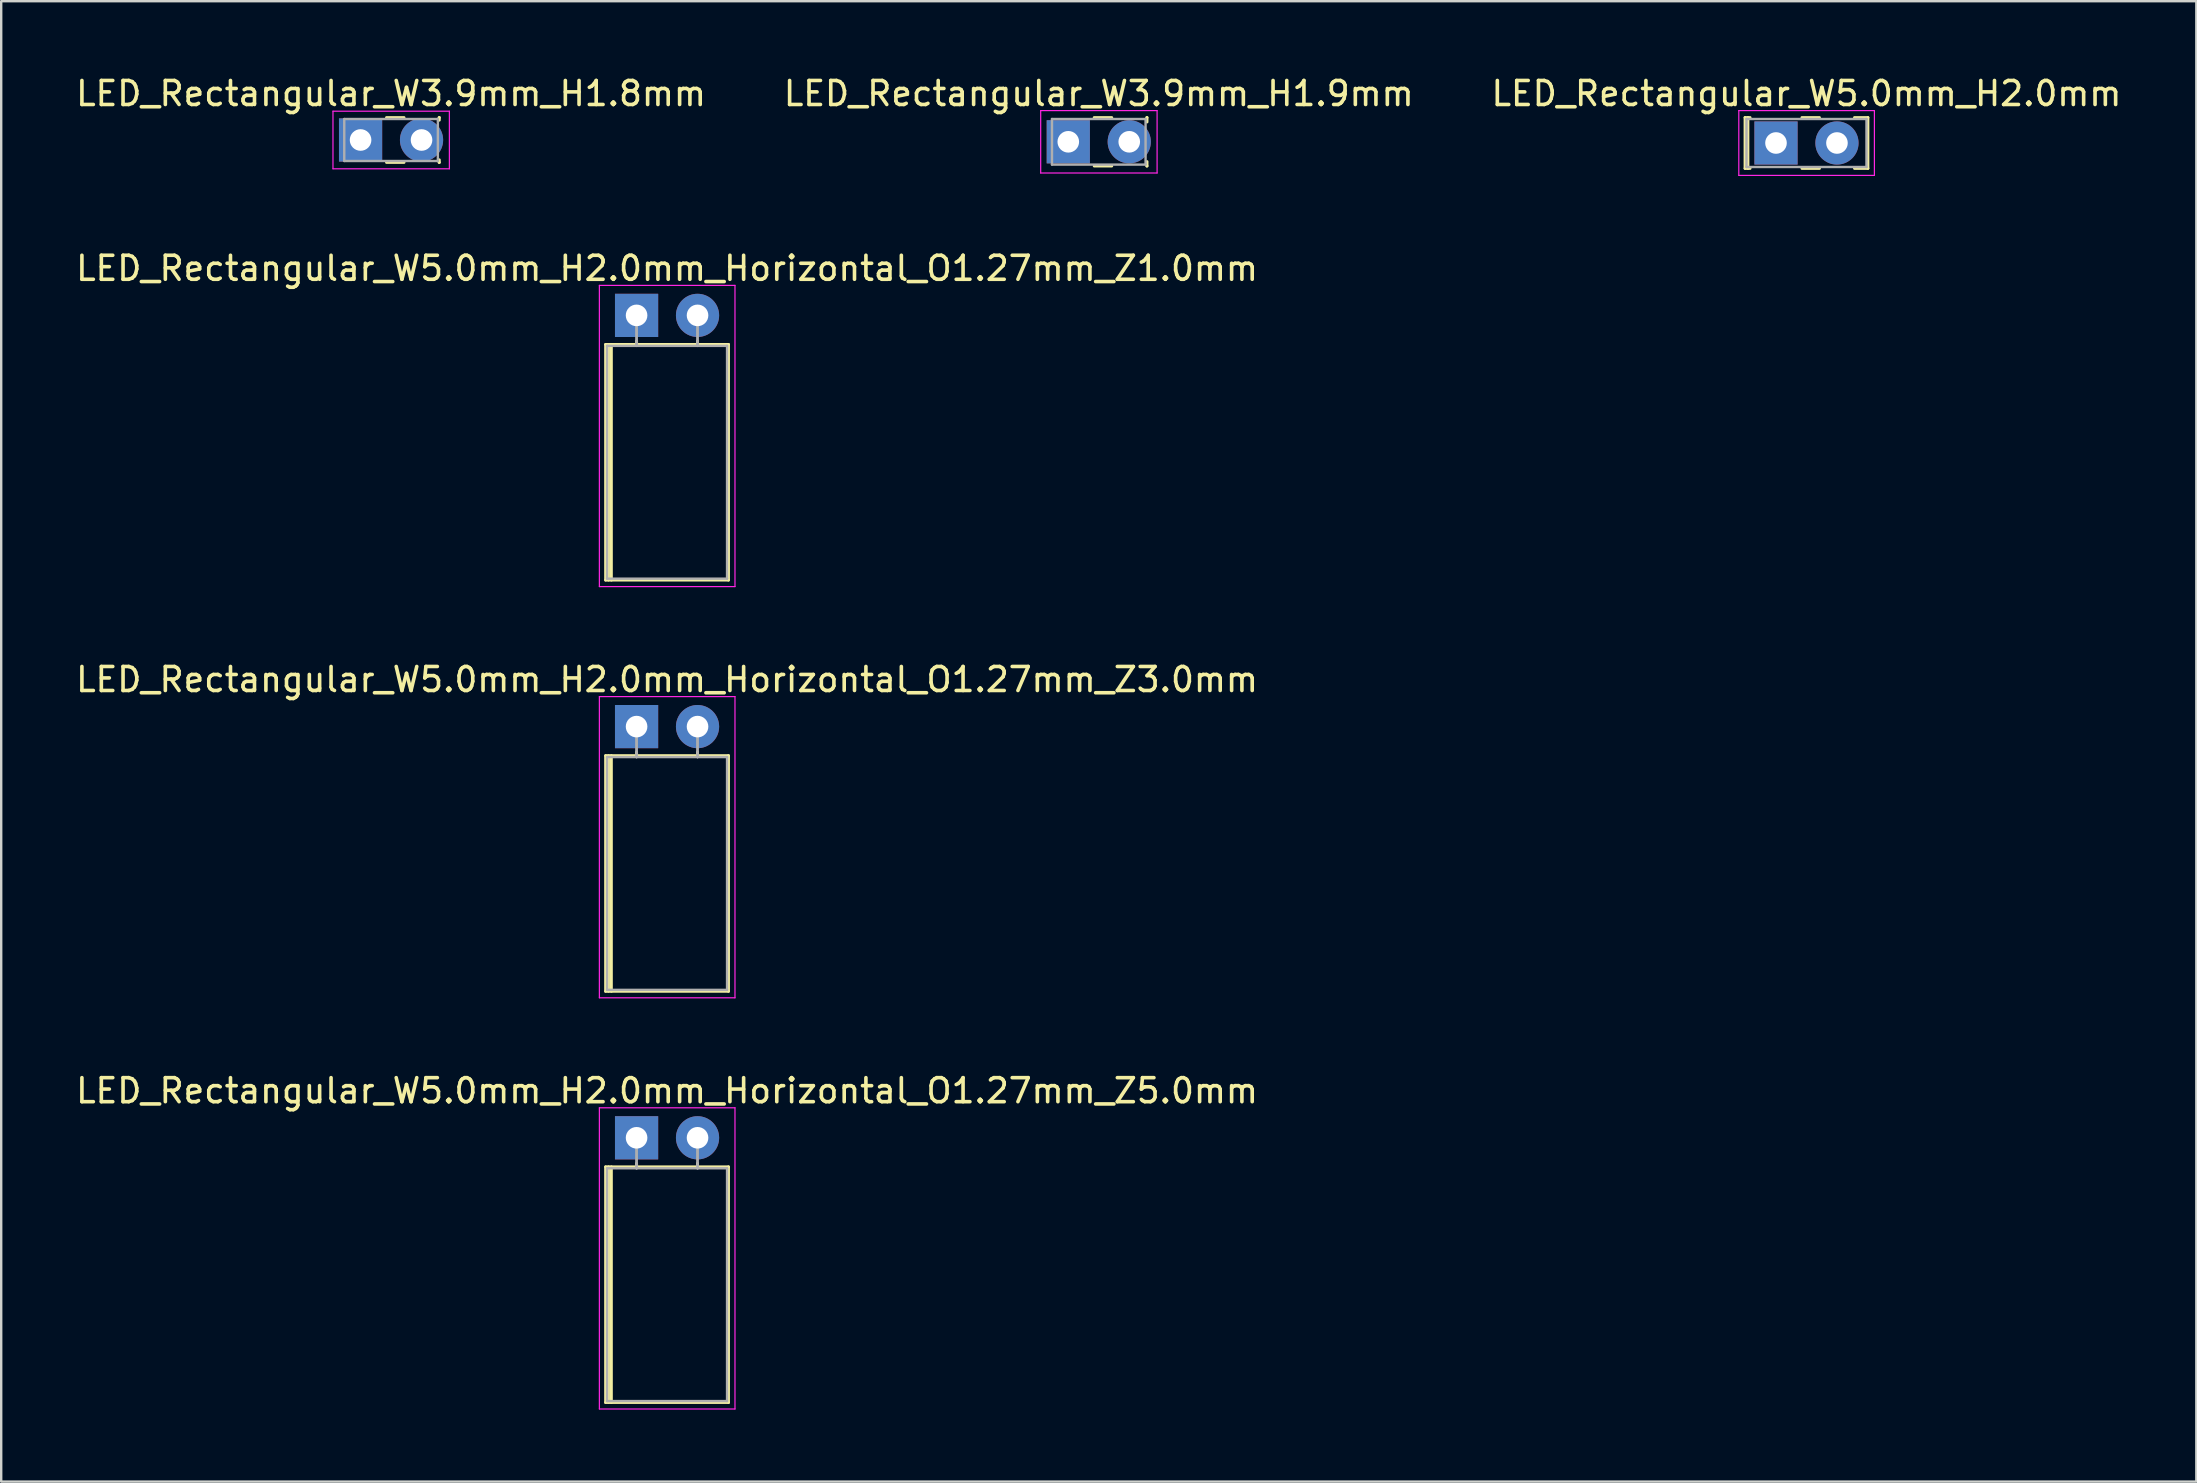
<source format=kicad_pcb>
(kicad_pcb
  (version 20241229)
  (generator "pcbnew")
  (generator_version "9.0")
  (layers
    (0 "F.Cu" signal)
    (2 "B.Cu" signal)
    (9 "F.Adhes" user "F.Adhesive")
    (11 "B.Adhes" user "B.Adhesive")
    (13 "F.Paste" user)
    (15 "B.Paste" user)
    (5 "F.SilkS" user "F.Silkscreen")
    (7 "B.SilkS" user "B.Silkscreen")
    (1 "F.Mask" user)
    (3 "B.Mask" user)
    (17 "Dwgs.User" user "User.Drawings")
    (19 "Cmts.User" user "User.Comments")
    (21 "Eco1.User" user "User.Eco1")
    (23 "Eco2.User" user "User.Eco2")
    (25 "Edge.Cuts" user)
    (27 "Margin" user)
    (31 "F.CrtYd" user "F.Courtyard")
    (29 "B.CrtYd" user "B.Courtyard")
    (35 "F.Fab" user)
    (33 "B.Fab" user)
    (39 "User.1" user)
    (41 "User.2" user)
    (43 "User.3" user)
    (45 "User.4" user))
  (footprint "LED_Rectangular_W5.0mm_H2.0mm_Horizontal_O1.27mm_Z5.0mm"
    (layer "F.Cu")
    (at 23.474 44.358)
    (property "Reference" "LED_Rectangular_W5.0mm_H2.0mm_Horizontal_O1.27mm_Z5.0mm" (at 1.27 -1.96 0) (layer "F.SilkS") (effects (font (size 1 1) (thickness 0.15))))
    (attr through_hole)
    (fp_line (start -1.29 1.21) (end -1.29 11.03) (stroke (width 0.12) (type solid)) (layer "F.SilkS"))
    (fp_line (start -1.29 11.03) (end 3.83 11.03) (stroke (width 0.12) (type solid)) (layer "F.SilkS"))
    (fp_line (start -1.17 1.21) (end -1.17 11.03) (stroke (width 0.12) (type solid)) (layer "F.SilkS"))
    (fp_line (start -1.05 1.21) (end -1.05 11.03) (stroke (width 0.12) (type solid)) (layer "F.SilkS"))
    (fp_line (start 0 1.08) (end 0 1.08) (stroke (width 0.12) (type solid)) (layer "F.SilkS"))
    (fp_line (start 0 1.08) (end 0 1.21) (stroke (width 0.12) (type solid)) (layer "F.SilkS"))
    (fp_line (start 0 1.21) (end 0 1.08) (stroke (width 0.12) (type solid)) (layer "F.SilkS"))
    (fp_line (start 0 1.21) (end 0 1.21) (stroke (width 0.12) (type solid)) (layer "F.SilkS"))
    (fp_line (start 2.54 1.08) (end 2.54 1.08) (stroke (width 0.12) (type solid)) (layer "F.SilkS"))
    (fp_line (start 2.54 1.08) (end 2.54 1.21) (stroke (width 0.12) (type solid)) (layer "F.SilkS"))
    (fp_line (start 2.54 1.21) (end 2.54 1.08) (stroke (width 0.12) (type solid)) (layer "F.SilkS"))
    (fp_line (start 2.54 1.21) (end 2.54 1.21) (stroke (width 0.12) (type solid)) (layer "F.SilkS"))
    (fp_line (start 3.83 1.21) (end -1.29 1.21) (stroke (width 0.12) (type solid)) (layer "F.SilkS"))
    (fp_line (start 3.83 11.03) (end 3.83 1.21) (stroke (width 0.12) (type solid)) (layer "F.SilkS"))
    (fp_line (start -1.55 -1.25) (end -1.55 11.3) (stroke (width 0.05) (type solid)) (layer "F.CrtYd"))
    (fp_line (start -1.55 11.3) (end 4.1 11.3) (stroke (width 0.05) (type solid)) (layer "F.CrtYd"))
    (fp_line (start 4.1 -1.25) (end -1.55 -1.25) (stroke (width 0.05) (type solid)) (layer "F.CrtYd"))
    (fp_line (start 4.1 11.3) (end 4.1 -1.25) (stroke (width 0.05) (type solid)) (layer "F.CrtYd"))
    (fp_line (start -1.23 1.27) (end -1.23 10.97) (stroke (width 0.1) (type solid)) (layer "F.Fab"))
    (fp_line (start -1.23 10.97) (end 3.77 10.97) (stroke (width 0.1) (type solid)) (layer "F.Fab"))
    (fp_line (start 0 0) (end 0 0) (stroke (width 0.1) (type solid)) (layer "F.Fab"))
    (fp_line (start 0 0) (end 0 1.27) (stroke (width 0.1) (type solid)) (layer "F.Fab"))
    (fp_line (start 0 1.27) (end 0 0) (stroke (width 0.1) (type solid)) (layer "F.Fab"))
    (fp_line (start 0 1.27) (end 0 1.27) (stroke (width 0.1) (type solid)) (layer "F.Fab"))
    (fp_line (start 2.54 0) (end 2.54 0) (stroke (width 0.1) (type solid)) (layer "F.Fab"))
    (fp_line (start 2.54 0) (end 2.54 1.27) (stroke (width 0.1) (type solid)) (layer "F.Fab"))
    (fp_line (start 2.54 1.27) (end 2.54 0) (stroke (width 0.1) (type solid)) (layer "F.Fab"))
    (fp_line (start 2.54 1.27) (end 2.54 1.27) (stroke (width 0.1) (type solid)) (layer "F.Fab"))
    (fp_line (start 3.77 1.27) (end -1.23 1.27) (stroke (width 0.1) (type solid)) (layer "F.Fab"))
    (fp_line (start 3.77 10.97) (end 3.77 1.27) (stroke (width 0.1) (type solid)) (layer "F.Fab"))
    (pad "1" thru_hole rect (at 0 0) (size 1.8 1.8) (drill 0.9) (layers "*.Cu" "*.Mask"))
    (pad "2" thru_hole circle (at 2.54 0) (size 1.8 1.8) (drill 0.9) (layers "*.Cu" "*.Mask")))
  (footprint "LED_Rectangular_W5.0mm_H2.0mm_Horizontal_O1.27mm_Z3.0mm"
    (layer "F.Cu")
    (at 23.474 27.225)
    (property "Reference" "LED_Rectangular_W5.0mm_H2.0mm_Horizontal_O1.27mm_Z3.0mm" (at 1.27 -1.96 0) (layer "F.SilkS") (effects (font (size 1 1) (thickness 0.15))))
    (attr through_hole)
    (fp_line (start -1.29 1.21) (end -1.29 11.03) (stroke (width 0.12) (type solid)) (layer "F.SilkS"))
    (fp_line (start -1.29 11.03) (end 3.83 11.03) (stroke (width 0.12) (type solid)) (layer "F.SilkS"))
    (fp_line (start -1.17 1.21) (end -1.17 11.03) (stroke (width 0.12) (type solid)) (layer "F.SilkS"))
    (fp_line (start -1.05 1.21) (end -1.05 11.03) (stroke (width 0.12) (type solid)) (layer "F.SilkS"))
    (fp_line (start 0 1.08) (end 0 1.08) (stroke (width 0.12) (type solid)) (layer "F.SilkS"))
    (fp_line (start 0 1.08) (end 0 1.21) (stroke (width 0.12) (type solid)) (layer "F.SilkS"))
    (fp_line (start 0 1.21) (end 0 1.08) (stroke (width 0.12) (type solid)) (layer "F.SilkS"))
    (fp_line (start 0 1.21) (end 0 1.21) (stroke (width 0.12) (type solid)) (layer "F.SilkS"))
    (fp_line (start 2.54 1.08) (end 2.54 1.08) (stroke (width 0.12) (type solid)) (layer "F.SilkS"))
    (fp_line (start 2.54 1.08) (end 2.54 1.21) (stroke (width 0.12) (type solid)) (layer "F.SilkS"))
    (fp_line (start 2.54 1.21) (end 2.54 1.08) (stroke (width 0.12) (type solid)) (layer "F.SilkS"))
    (fp_line (start 2.54 1.21) (end 2.54 1.21) (stroke (width 0.12) (type solid)) (layer "F.SilkS"))
    (fp_line (start 3.83 1.21) (end -1.29 1.21) (stroke (width 0.12) (type solid)) (layer "F.SilkS"))
    (fp_line (start 3.83 11.03) (end 3.83 1.21) (stroke (width 0.12) (type solid)) (layer "F.SilkS"))
    (fp_line (start -1.55 -1.25) (end -1.55 11.3) (stroke (width 0.05) (type solid)) (layer "F.CrtYd"))
    (fp_line (start -1.55 11.3) (end 4.1 11.3) (stroke (width 0.05) (type solid)) (layer "F.CrtYd"))
    (fp_line (start 4.1 -1.25) (end -1.55 -1.25) (stroke (width 0.05) (type solid)) (layer "F.CrtYd"))
    (fp_line (start 4.1 11.3) (end 4.1 -1.25) (stroke (width 0.05) (type solid)) (layer "F.CrtYd"))
    (fp_line (start -1.23 1.27) (end -1.23 10.97) (stroke (width 0.1) (type solid)) (layer "F.Fab"))
    (fp_line (start -1.23 10.97) (end 3.77 10.97) (stroke (width 0.1) (type solid)) (layer "F.Fab"))
    (fp_line (start 0 0) (end 0 0) (stroke (width 0.1) (type solid)) (layer "F.Fab"))
    (fp_line (start 0 0) (end 0 1.27) (stroke (width 0.1) (type solid)) (layer "F.Fab"))
    (fp_line (start 0 1.27) (end 0 0) (stroke (width 0.1) (type solid)) (layer "F.Fab"))
    (fp_line (start 0 1.27) (end 0 1.27) (stroke (width 0.1) (type solid)) (layer "F.Fab"))
    (fp_line (start 2.54 0) (end 2.54 0) (stroke (width 0.1) (type solid)) (layer "F.Fab"))
    (fp_line (start 2.54 0) (end 2.54 1.27) (stroke (width 0.1) (type solid)) (layer "F.Fab"))
    (fp_line (start 2.54 1.27) (end 2.54 0) (stroke (width 0.1) (type solid)) (layer "F.Fab"))
    (fp_line (start 2.54 1.27) (end 2.54 1.27) (stroke (width 0.1) (type solid)) (layer "F.Fab"))
    (fp_line (start 3.77 1.27) (end -1.23 1.27) (stroke (width 0.1) (type solid)) (layer "F.Fab"))
    (fp_line (start 3.77 10.97) (end 3.77 1.27) (stroke (width 0.1) (type solid)) (layer "F.Fab"))
    (pad "1" thru_hole rect (at 0 0) (size 1.8 1.8) (drill 0.9) (layers "*.Cu" "*.Mask"))
    (pad "2" thru_hole circle (at 2.54 0) (size 1.8 1.8) (drill 0.9) (layers "*.Cu" "*.Mask")))
  (footprint "LED_Rectangular_W5.0mm_H2.0mm_Horizontal_O1.27mm_Z1.0mm"
    (layer "F.Cu")
    (at 23.474 10.091)
    (property "Reference" "LED_Rectangular_W5.0mm_H2.0mm_Horizontal_O1.27mm_Z1.0mm" (at 1.27 -1.96 0) (layer "F.SilkS") (effects (font (size 1 1) (thickness 0.15))))
    (attr through_hole)
    (fp_line (start -1.29 1.21) (end -1.29 11.03) (stroke (width 0.12) (type solid)) (layer "F.SilkS"))
    (fp_line (start -1.29 11.03) (end 3.83 11.03) (stroke (width 0.12) (type solid)) (layer "F.SilkS"))
    (fp_line (start -1.17 1.21) (end -1.17 11.03) (stroke (width 0.12) (type solid)) (layer "F.SilkS"))
    (fp_line (start -1.05 1.21) (end -1.05 11.03) (stroke (width 0.12) (type solid)) (layer "F.SilkS"))
    (fp_line (start 0 1.08) (end 0 1.08) (stroke (width 0.12) (type solid)) (layer "F.SilkS"))
    (fp_line (start 0 1.08) (end 0 1.21) (stroke (width 0.12) (type solid)) (layer "F.SilkS"))
    (fp_line (start 0 1.21) (end 0 1.08) (stroke (width 0.12) (type solid)) (layer "F.SilkS"))
    (fp_line (start 0 1.21) (end 0 1.21) (stroke (width 0.12) (type solid)) (layer "F.SilkS"))
    (fp_line (start 2.54 1.08) (end 2.54 1.08) (stroke (width 0.12) (type solid)) (layer "F.SilkS"))
    (fp_line (start 2.54 1.08) (end 2.54 1.21) (stroke (width 0.12) (type solid)) (layer "F.SilkS"))
    (fp_line (start 2.54 1.21) (end 2.54 1.08) (stroke (width 0.12) (type solid)) (layer "F.SilkS"))
    (fp_line (start 2.54 1.21) (end 2.54 1.21) (stroke (width 0.12) (type solid)) (layer "F.SilkS"))
    (fp_line (start 3.83 1.21) (end -1.29 1.21) (stroke (width 0.12) (type solid)) (layer "F.SilkS"))
    (fp_line (start 3.83 11.03) (end 3.83 1.21) (stroke (width 0.12) (type solid)) (layer "F.SilkS"))
    (fp_line (start -1.55 -1.25) (end -1.55 11.3) (stroke (width 0.05) (type solid)) (layer "F.CrtYd"))
    (fp_line (start -1.55 11.3) (end 4.1 11.3) (stroke (width 0.05) (type solid)) (layer "F.CrtYd"))
    (fp_line (start 4.1 -1.25) (end -1.55 -1.25) (stroke (width 0.05) (type solid)) (layer "F.CrtYd"))
    (fp_line (start 4.1 11.3) (end 4.1 -1.25) (stroke (width 0.05) (type solid)) (layer "F.CrtYd"))
    (fp_line (start -1.23 1.27) (end -1.23 10.97) (stroke (width 0.1) (type solid)) (layer "F.Fab"))
    (fp_line (start -1.23 10.97) (end 3.77 10.97) (stroke (width 0.1) (type solid)) (layer "F.Fab"))
    (fp_line (start 0 0) (end 0 0) (stroke (width 0.1) (type solid)) (layer "F.Fab"))
    (fp_line (start 0 0) (end 0 1.27) (stroke (width 0.1) (type solid)) (layer "F.Fab"))
    (fp_line (start 0 1.27) (end 0 0) (stroke (width 0.1) (type solid)) (layer "F.Fab"))
    (fp_line (start 0 1.27) (end 0 1.27) (stroke (width 0.1) (type solid)) (layer "F.Fab"))
    (fp_line (start 2.54 0) (end 2.54 0) (stroke (width 0.1) (type solid)) (layer "F.Fab"))
    (fp_line (start 2.54 0) (end 2.54 1.27) (stroke (width 0.1) (type solid)) (layer "F.Fab"))
    (fp_line (start 2.54 1.27) (end 2.54 0) (stroke (width 0.1) (type solid)) (layer "F.Fab"))
    (fp_line (start 2.54 1.27) (end 2.54 1.27) (stroke (width 0.1) (type solid)) (layer "F.Fab"))
    (fp_line (start 3.77 1.27) (end -1.23 1.27) (stroke (width 0.1) (type solid)) (layer "F.Fab"))
    (fp_line (start 3.77 10.97) (end 3.77 1.27) (stroke (width 0.1) (type solid)) (layer "F.Fab"))
    (pad "1" thru_hole rect (at 0 0) (size 1.8 1.8) (drill 0.9) (layers "*.Cu" "*.Mask"))
    (pad "2" thru_hole circle (at 2.54 0) (size 1.8 1.8) (drill 0.9) (layers "*.Cu" "*.Mask")))
  (footprint "LED_Rectangular_W3.9mm_H1.9mm"
    (layer "F.Cu")
    (at 41.462 2.858)
    (property "Reference" "LED_Rectangular_W3.9mm_H1.9mm" (at 1.27 -2.01 0) (layer "F.SilkS") (effects (font (size 1 1) (thickness 0.15))))
    (attr through_hole)
    (fp_line (start 1.08 -1.01) (end 1.811 -1.01) (stroke (width 0.12) (type solid)) (layer "F.SilkS"))
    (fp_line (start 1.08 1.01) (end 1.811 1.01) (stroke (width 0.12) (type solid)) (layer "F.SilkS"))
    (fp_line (start 3.27 -1.01) (end 3.28 -1.01) (stroke (width 0.12) (type solid)) (layer "F.SilkS"))
    (fp_line (start 3.27 1.01) (end 3.28 1.01) (stroke (width 0.12) (type solid)) (layer "F.SilkS"))
    (fp_line (start 3.28 -1.01) (end 3.28 -0.825) (stroke (width 0.12) (type solid)) (layer "F.SilkS"))
    (fp_line (start 3.28 0.825) (end 3.28 1.01) (stroke (width 0.12) (type solid)) (layer "F.SilkS"))
    (fp_line (start -1.15 -1.3) (end -1.15 1.3) (stroke (width 0.05) (type solid)) (layer "F.CrtYd"))
    (fp_line (start -1.15 1.3) (end 3.7 1.3) (stroke (width 0.05) (type solid)) (layer "F.CrtYd"))
    (fp_line (start 3.7 -1.3) (end -1.15 -1.3) (stroke (width 0.05) (type solid)) (layer "F.CrtYd"))
    (fp_line (start 3.7 1.3) (end 3.7 -1.3) (stroke (width 0.05) (type solid)) (layer "F.CrtYd"))
    (fp_line (start -0.68 -0.95) (end -0.68 0.95) (stroke (width 0.1) (type solid)) (layer "F.Fab"))
    (fp_line (start -0.68 0.95) (end 3.22 0.95) (stroke (width 0.1) (type solid)) (layer "F.Fab"))
    (fp_line (start 3.22 -0.95) (end -0.68 -0.95) (stroke (width 0.1) (type solid)) (layer "F.Fab"))
    (fp_line (start 3.22 0.95) (end 3.22 -0.95) (stroke (width 0.1) (type solid)) (layer "F.Fab"))
    (pad "1" thru_hole rect (at 0 0) (size 1.8 1.8) (drill 0.9) (layers "*.Cu" "*.Mask"))
    (pad "2" thru_hole circle (at 2.54 0) (size 1.8 1.8) (drill 0.9) (layers "*.Cu" "*.Mask")))
  (footprint "LED_Rectangular_W5.0mm_H2.0mm"
    (layer "F.Cu")
    (at 70.95 2.908)
    (property "Reference" "LED_Rectangular_W5.0mm_H2.0mm" (at 1.27 -2.06 0) (layer "F.SilkS") (effects (font (size 1 1) (thickness 0.15))))
    (attr through_hole)
    (fp_line (start -1.29 -1.06) (end -1.29 1.06) (stroke (width 0.12) (type solid)) (layer "F.SilkS"))
    (fp_line (start -1.29 -1.06) (end -1.08 -1.06) (stroke (width 0.12) (type solid)) (layer "F.SilkS"))
    (fp_line (start -1.29 1.06) (end -1.08 1.06) (stroke (width 0.12) (type solid)) (layer "F.SilkS"))
    (fp_line (start -1.17 -1.06) (end -1.17 1.06) (stroke (width 0.12) (type solid)) (layer "F.SilkS"))
    (fp_line (start 1.08 -1.06) (end 1.811 -1.06) (stroke (width 0.12) (type solid)) (layer "F.SilkS"))
    (fp_line (start 1.08 1.06) (end 1.811 1.06) (stroke (width 0.12) (type solid)) (layer "F.SilkS"))
    (fp_line (start 3.27 -1.06) (end 3.83 -1.06) (stroke (width 0.12) (type solid)) (layer "F.SilkS"))
    (fp_line (start 3.27 1.06) (end 3.83 1.06) (stroke (width 0.12) (type solid)) (layer "F.SilkS"))
    (fp_line (start 3.83 -1.06) (end 3.83 1.06) (stroke (width 0.12) (type solid)) (layer "F.SilkS"))
    (fp_line (start -1.55 -1.35) (end -1.55 1.35) (stroke (width 0.05) (type solid)) (layer "F.CrtYd"))
    (fp_line (start -1.55 1.35) (end 4.1 1.35) (stroke (width 0.05) (type solid)) (layer "F.CrtYd"))
    (fp_line (start 4.1 -1.35) (end -1.55 -1.35) (stroke (width 0.05) (type solid)) (layer "F.CrtYd"))
    (fp_line (start 4.1 1.35) (end 4.1 -1.35) (stroke (width 0.05) (type solid)) (layer "F.CrtYd"))
    (fp_line (start -1.23 -1) (end -1.23 1) (stroke (width 0.1) (type solid)) (layer "F.Fab"))
    (fp_line (start -1.23 1) (end 3.77 1) (stroke (width 0.1) (type solid)) (layer "F.Fab"))
    (fp_line (start 3.77 -1) (end -1.23 -1) (stroke (width 0.1) (type solid)) (layer "F.Fab"))
    (fp_line (start 3.77 1) (end 3.77 -1) (stroke (width 0.1) (type solid)) (layer "F.Fab"))
    (pad "1" thru_hole rect (at 0 0) (size 1.8 1.8) (drill 0.9) (layers "*.Cu" "*.Mask"))
    (pad "2" thru_hole circle (at 2.54 0) (size 1.8 1.8) (drill 0.9) (layers "*.Cu" "*.Mask")))
  (footprint "LED_Rectangular_W3.9mm_H1.8mm"
    (layer "F.Cu")
    (at 11.974 2.783)
    (property "Reference" "LED_Rectangular_W3.9mm_H1.8mm" (at 1.27 -1.935 0) (layer "F.SilkS") (effects (font (size 1 1) (thickness 0.15))))
    (attr through_hole)
    (fp_line (start 1.08 -0.935) (end 1.811 -0.935) (stroke (width 0.12) (type solid)) (layer "F.SilkS"))
    (fp_line (start 1.08 0.935) (end 1.811 0.935) (stroke (width 0.12) (type solid)) (layer "F.SilkS"))
    (fp_line (start 3.27 -0.935) (end 3.28 -0.935) (stroke (width 0.12) (type solid)) (layer "F.SilkS"))
    (fp_line (start 3.27 0.935) (end 3.28 0.935) (stroke (width 0.12) (type solid)) (layer "F.SilkS"))
    (fp_line (start 3.28 -0.935) (end 3.28 -0.825) (stroke (width 0.12) (type solid)) (layer "F.SilkS"))
    (fp_line (start 3.28 0.825) (end 3.28 0.935) (stroke (width 0.12) (type solid)) (layer "F.SilkS"))
    (fp_line (start -1.15 -1.2) (end -1.15 1.2) (stroke (width 0.05) (type solid)) (layer "F.CrtYd"))
    (fp_line (start -1.15 1.2) (end 3.7 1.2) (stroke (width 0.05) (type solid)) (layer "F.CrtYd"))
    (fp_line (start 3.7 -1.2) (end -1.15 -1.2) (stroke (width 0.05) (type solid)) (layer "F.CrtYd"))
    (fp_line (start 3.7 1.2) (end 3.7 -1.2) (stroke (width 0.05) (type solid)) (layer "F.CrtYd"))
    (fp_line (start -0.68 -0.875) (end -0.68 0.875) (stroke (width 0.1) (type solid)) (layer "F.Fab"))
    (fp_line (start -0.68 0.875) (end 3.22 0.875) (stroke (width 0.1) (type solid)) (layer "F.Fab"))
    (fp_line (start 3.22 -0.875) (end -0.68 -0.875) (stroke (width 0.1) (type solid)) (layer "F.Fab"))
    (fp_line (start 3.22 0.875) (end 3.22 -0.875) (stroke (width 0.1) (type solid)) (layer "F.Fab"))
    (pad "1" thru_hole rect (at 0 0) (size 1.8 1.8) (drill 0.9) (layers "*.Cu" "*.Mask"))
    (pad "2" thru_hole circle (at 2.54 0) (size 1.8 1.8) (drill 0.9) (layers "*.Cu" "*.Mask")))
  (gr_rect
    (start -3 -3)
    (end 88.464 58.683)
    (stroke (width 0.1) (type default))
    (fill no)
    (layer "Edge.Cuts")))
</source>
